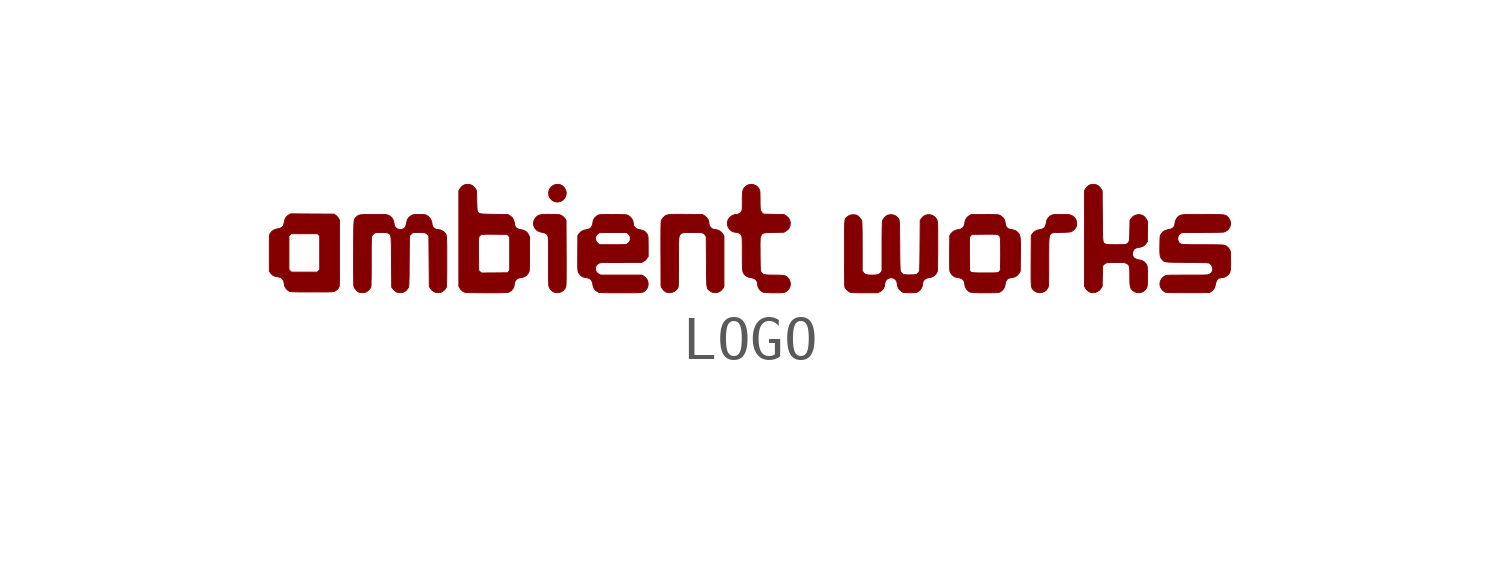
<source format=kicad_sym>
(kicad_symbol_lib
  (version 20220914)
  (generator bitmap2component)
  (symbol "LOGO"
    (pin_names
      (offset 1.016))
    (property "Reference" "#G"
      (at 0 0.61 0)
      (effects (font (size 1.27 1.27)) hide))
    (symbol "LOGO_0_0"
      (polyline (pts (xy -7.126 -1.245) (xy -7.091 -1.228) (xy -7.052 -1.199) (xy -7.019 -1.165) (xy -6.998 -1.131) (xy -6.997 -1.129) (xy -6.994 -1.118) (xy -6.992 -1.099) (xy -6.99 -1.071) (xy -6.989 -1.034) (xy -6.987 -0.985) (xy -6.986 -0.924) (xy -6.986 -0.849) (xy -6.985 -0.758) (xy -6.985 -0.651) (xy -6.985 -0.525) (xy -6.985 -0.482) (xy -6.985 -0.365) (xy -6.985 -0.266) (xy -6.985 -0.182) (xy -6.986 -0.112) (xy -6.987 -0.055) (xy -6.989 -0.009) (xy -6.992 0.027) (xy -6.996 0.055) (xy -7 0.077) (xy -7.006 0.094) (xy -7.014 0.107) (xy -7.023 0.119) (xy -7.034 0.131) (xy -7.046 0.144) (xy -7.062 0.158) (xy -7.104 0.182) (xy -7.153 0.198) (xy -7.202 0.204) (xy -7.219 0.206) (xy -7.258 0.221) (xy -7.293 0.25) (xy -7.316 0.286) (xy -7.325 0.326) (xy -7.325 0.333) (xy -7.336 0.393) (xy -7.362 0.45) (xy -7.401 0.497) (xy -7.449 0.531) (xy -7.451 0.532) (xy -7.47 0.54) (xy -7.492 0.545) (xy -7.522 0.548) (xy -7.564 0.549) (xy -7.622 0.55) (xy -7.676 0.549) (xy -7.715 0.548) (xy -7.744 0.546) (xy -7.765 0.542) (xy -7.783 0.535) (xy -7.801 0.525) (xy -7.825 0.51) (xy -7.867 0.472) (xy -7.895 0.425) (xy -7.91 0.364) (xy -7.912 0.353) (xy -7.927 0.293) (xy -7.948 0.25) (xy -7.977 0.223) (xy -8.017 0.209) (xy -8.068 0.207) (xy -8.084 0.208) (xy -8.113 0.213) (xy -8.135 0.224) (xy -8.158 0.245) (xy -8.171 0.258) (xy -8.185 0.279) (xy -8.194 0.305) (xy -8.2 0.343) (xy -8.213 0.401) (xy -8.24 0.46) (xy -8.28 0.504) (xy -8.333 0.534) (xy -8.398 0.55) (xy -8.419 0.551) (xy -8.458 0.552) (xy -8.511 0.553) (xy -8.574 0.553) (xy -8.644 0.553) (xy -8.716 0.553) (xy -8.718 0.553) (xy -8.802 0.551) (xy -8.869 0.55) (xy -8.921 0.547) (xy -8.962 0.543) (xy -8.992 0.538) (xy -9.016 0.53) (xy -9.036 0.52) (xy -9.053 0.507) (xy -9.07 0.49) (xy -9.073 0.487) (xy -9.084 0.477) (xy -9.093 0.467) (xy -9.101 0.457) (xy -9.107 0.446) (xy -9.113 0.431) (xy -9.118 0.411) (xy -9.121 0.386) (xy -9.124 0.353) (xy -9.127 0.311) (xy -9.128 0.26) (xy -9.13 0.197) (xy -9.13 0.122) (xy -9.131 0.033) (xy -9.132 -0.072) (xy -9.132 -0.194) (xy -9.132 -0.334) (xy -9.133 -0.346) (xy -9.133 -0.503) (xy -9.133 -0.641) (xy -9.133 -0.76) (xy -9.132 -0.862) (xy -9.131 -0.945) (xy -9.13 -1.011) (xy -9.129 -1.061) (xy -9.127 -1.094) (xy -9.124 -1.11) (xy -9.119 -1.125) (xy -9.097 -1.162) (xy -9.066 -1.198) (xy -9.03 -1.227) (xy -8.997 -1.244) (xy -8.962 -1.251) (xy -8.902 -1.252) (xy -8.848 -1.237) (xy -8.822 -1.222) (xy -8.786 -1.192) (xy -8.755 -1.156) (xy -8.735 -1.122) (xy -8.734 -1.117) (xy -8.732 -1.094) (xy -8.731 -1.053) (xy -8.73 -0.997) (xy -8.728 -0.927) (xy -8.727 -0.844) (xy -8.727 -0.751) (xy -8.726 -0.648) (xy -8.726 -0.537) (xy -8.726 -0.497) (xy -8.726 -0.384) (xy -8.726 -0.288) (xy -8.726 -0.208) (xy -8.725 -0.142) (xy -8.724 -0.089) (xy -8.723 -0.047) (xy -8.722 -0.015) (xy -8.72 0.009) (xy -8.718 0.028) (xy -8.715 0.041) (xy -8.712 0.05) (xy -8.708 0.059) (xy -8.707 0.061) (xy -8.685 0.09) (xy -8.658 0.114) (xy -8.647 0.121) (xy -8.632 0.128) (xy -8.614 0.132) (xy -8.587 0.135) (xy -8.549 0.136) (xy -8.495 0.136) (xy -8.472 0.136) (xy -8.423 0.136) (xy -8.389 0.134) (xy -8.365 0.13) (xy -8.347 0.125) (xy -8.332 0.117) (xy -8.324 0.112) (xy -8.311 0.104) (xy -8.3 0.097) (xy -8.292 0.087) (xy -8.284 0.075) (xy -8.278 0.059) (xy -8.273 0.036) (xy -8.27 0.006) (xy -8.267 -0.034) (xy -8.265 -0.083) (xy -8.263 -0.145) (xy -8.262 -0.22) (xy -8.261 -0.31) (xy -8.26 -0.417) (xy -8.259 -0.541) (xy -8.254 -1.127) (xy -8.224 -1.164) (xy -8.186 -1.205) (xy -8.136 -1.238) (xy -8.082 -1.252) (xy -8.021 -1.251) (xy -7.997 -1.245) (xy -7.95 -1.222) (xy -7.907 -1.186) (xy -7.876 -1.143) (xy -7.876 -1.143) (xy -7.871 -1.134) (xy -7.868 -1.125) (xy -7.865 -1.113) (xy -7.862 -1.097) (xy -7.86 -1.076) (xy -7.858 -1.048) (xy -7.857 -1.011) (xy -7.856 -0.964) (xy -7.854 -0.906) (xy -7.853 -0.834) (xy -7.853 -0.747) (xy -7.852 -0.644) (xy -7.851 -0.523) (xy -7.846 0.058) (xy -7.809 0.095) (xy -7.772 0.131) (xy -7.64 0.135) (xy -7.633 0.135) (xy -7.572 0.135) (xy -7.527 0.134) (xy -7.494 0.129) (xy -7.468 0.12) (xy -7.447 0.106) (xy -7.426 0.086) (xy -7.398 0.057) (xy -7.393 -0.524) (xy -7.388 -1.104) (xy -7.364 -1.147) (xy -7.338 -1.184) (xy -7.293 -1.222) (xy -7.239 -1.246) (xy -7.183 -1.254) (xy -7.126 -1.245)) (stroke (width 0.01) (type default)) (fill (type outline)))
      (polyline (pts (xy -5.846 -1.254) (xy -5.774 -1.254) (xy -5.716 -1.253) (xy -5.67 -1.252) (xy -5.634 -1.251) (xy -5.607 -1.249) (xy -5.587 -1.247) (xy -5.571 -1.244) (xy -5.56 -1.241) (xy -5.55 -1.236) (xy -5.504 -1.207) (xy -5.464 -1.163) (xy -5.438 -1.11) (xy -5.428 -1.053) (xy -5.423 -1.017) (xy -5.402 -0.973) (xy -5.368 -0.937) (xy -5.324 -0.913) (xy -5.273 -0.904) (xy -5.244 -0.901) (xy -5.193 -0.882) (xy -5.147 -0.851) (xy -5.111 -0.809) (xy -5.088 -0.761) (xy -5.087 -0.754) (xy -5.084 -0.726) (xy -5.082 -0.68) (xy -5.08 -0.617) (xy -5.079 -0.54) (xy -5.078 -0.449) (xy -5.078 -0.345) (xy -5.078 0.034) (xy -5.102 0.085) (xy -5.123 0.121) (xy -5.163 0.16) (xy -5.215 0.186) (xy -5.284 0.203) (xy -5.332 0.213) (xy -5.372 0.231) (xy -5.4 0.259) (xy -5.418 0.3) (xy -5.428 0.357) (xy -5.432 0.378) (xy -5.451 0.437) (xy -5.484 0.485) (xy -5.533 0.522) (xy -5.579 0.55) (xy -5.895 0.554) (xy -5.905 0.555) (xy -5.994 0.556) (xy -6.066 0.558) (xy -6.123 0.56) (xy -6.167 0.562) (xy -6.199 0.566) (xy -6.223 0.571) (xy -6.241 0.578) (xy -6.253 0.586) (xy -6.263 0.597) (xy -6.272 0.61) (xy -6.272 0.611) (xy -6.278 0.621) (xy -6.282 0.636) (xy -6.286 0.658) (xy -6.288 0.69) (xy -6.29 0.733) (xy -6.292 0.791) (xy -6.294 0.865) (xy -6.299 1.094) (xy -6.326 1.141) (xy -6.337 1.156) (xy -6.364 1.189) (xy -6.394 1.214) (xy -6.412 1.225) (xy -6.436 1.235) (xy -6.464 1.239) (xy -6.504 1.24) (xy -6.542 1.24) (xy -6.569 1.236) (xy -6.592 1.227) (xy -6.617 1.211) (xy -6.629 1.201) (xy -6.66 1.17) (xy -6.683 1.138) (xy -6.707 1.094) (xy -6.707 -0.005) (xy -6.707 -0.171) (xy -6.254 -0.171) (xy -6.254 -0.111) (xy -6.253 -0.064) (xy -6.252 -0.029) (xy -6.25 -0.002) (xy -6.247 0.017) (xy -6.244 0.03) (xy -6.24 0.04) (xy -6.236 0.047) (xy -6.226 0.062) (xy -6.214 0.073) (xy -6.196 0.082) (xy -6.172 0.088) (xy -6.139 0.092) (xy -6.095 0.095) (xy -6.037 0.096) (xy -5.964 0.096) (xy -5.874 0.095) (xy -5.592 0.092) (xy -5.564 0.061) (xy -5.535 0.029) (xy -5.535 -0.355) (xy -5.535 -0.738) (xy -5.559 -0.766) (xy -5.582 -0.793) (xy -5.884 -0.796) (xy -6.186 -0.798) (xy -6.218 -0.77) (xy -6.25 -0.741) (xy -6.253 -0.366) (xy -6.253 -0.339) (xy -6.254 -0.246) (xy -6.254 -0.171) (xy -6.707 -0.171) (xy -6.707 -1.104) (xy -6.681 -1.149) (xy -6.664 -1.175) (xy -6.624 -1.214) (xy -6.571 -1.242) (xy -6.561 -1.244) (xy -6.537 -1.247) (xy -6.498 -1.249) (xy -6.445 -1.251) (xy -6.376 -1.252) (xy -6.29 -1.253) (xy -6.187 -1.254) (xy -6.065 -1.254) (xy -6.039 -1.254) (xy -5.934 -1.254) (xy -5.846 -1.254)) (stroke (width 0.01) (type default)) (fill (type outline)))
      (polyline (pts (xy -4.353 -1.235) (xy -4.304 -1.206) (xy -4.266 -1.164) (xy -4.241 -1.112) (xy -4.241 -1.108) (xy -4.239 -1.088) (xy -4.237 -1.052) (xy -4.235 -1) (xy -4.234 -0.933) (xy -4.234 -0.848) (xy -4.233 -0.746) (xy -4.233 -0.626) (xy -4.233 -0.487) (xy -4.234 -0.33) (xy -4.237 0.415) (xy -4.263 0.455) (xy -4.274 0.469) (xy -4.303 0.498) (xy -4.336 0.522) (xy -4.346 0.528) (xy -4.361 0.536) (xy -4.377 0.542) (xy -4.396 0.546) (xy -4.422 0.549) (xy -4.458 0.55) (xy -4.508 0.552) (xy -4.573 0.553) (xy -4.65 0.554) (xy -4.719 0.553) (xy -4.773 0.551) (xy -4.816 0.545) (xy -4.849 0.537) (xy -4.877 0.525) (xy -4.901 0.509) (xy -4.924 0.488) (xy -4.947 0.461) (xy -4.977 0.407) (xy -4.988 0.351) (xy -4.981 0.293) (xy -4.955 0.237) (xy -4.937 0.213) (xy -4.899 0.178) (xy -4.851 0.155) (xy -4.788 0.139) (xy -4.761 0.134) (xy -4.718 0.121) (xy -4.691 0.104) (xy -4.682 0.096) (xy -4.673 0.087) (xy -4.665 0.077) (xy -4.659 0.065) (xy -4.654 0.048) (xy -4.649 0.026) (xy -4.646 -0.003) (xy -4.644 -0.04) (xy -4.642 -0.087) (xy -4.641 -0.147) (xy -4.641 -0.219) (xy -4.64 -0.306) (xy -4.64 -0.41) (xy -4.64 -0.531) (xy -4.64 -0.612) (xy -4.64 -0.719) (xy -4.64 -0.809) (xy -4.64 -0.884) (xy -4.639 -0.945) (xy -4.638 -0.994) (xy -4.637 -1.033) (xy -4.636 -1.062) (xy -4.634 -1.085) (xy -4.631 -1.102) (xy -4.628 -1.114) (xy -4.625 -1.124) (xy -4.621 -1.133) (xy -4.599 -1.169) (xy -4.558 -1.213) (xy -4.508 -1.241) (xy -4.468 -1.251) (xy -4.409 -1.251) (xy -4.353 -1.235)) (stroke (width 0.01) (type default)) (fill (type outline)))
      (polyline (pts (xy -2.777 -1.254) (xy -2.696 -1.254) (xy -2.63 -1.253) (xy -2.576 -1.251) (xy -2.534 -1.248) (xy -2.5 -1.245) (xy -2.474 -1.24) (xy -2.454 -1.233) (xy -2.438 -1.224) (xy -2.424 -1.214) (xy -2.41 -1.202) (xy -2.396 -1.187) (xy -2.389 -1.179) (xy -2.361 -1.137) (xy -2.347 -1.089) (xy -2.346 -1.03) (xy -2.349 -1.012) (xy -2.367 -0.954) (xy -2.401 -0.905) (xy -2.45 -0.869) (xy -2.493 -0.846) (xy -2.967 -0.846) (xy -3.441 -0.846) (xy -3.482 -0.824) (xy -3.51 -0.805) (xy -3.541 -0.769) (xy -3.557 -0.726) (xy -3.558 -0.681) (xy -3.546 -0.638) (xy -3.52 -0.601) (xy -3.48 -0.574) (xy -3.477 -0.572) (xy -3.466 -0.568) (xy -3.454 -0.565) (xy -3.438 -0.562) (xy -3.416 -0.56) (xy -3.388 -0.558) (xy -3.35 -0.557) (xy -3.301 -0.556) (xy -3.241 -0.555) (xy -3.166 -0.555) (xy -3.075 -0.555) (xy -2.966 -0.555) (xy -2.493 -0.554) (xy -2.45 -0.532) (xy -2.45 -0.532) (xy -2.41 -0.503) (xy -2.376 -0.463) (xy -2.344 -0.416) (xy -2.344 -0.183) (xy -2.345 -0.138) (xy -2.345 -0.074) (xy -2.346 -0.025) (xy -2.347 0.012) (xy -2.349 0.038) (xy -2.353 0.058) (xy -2.357 0.073) (xy -2.363 0.086) (xy -2.364 0.088) (xy -2.389 0.126) (xy -2.419 0.156) (xy -2.459 0.178) (xy -2.511 0.195) (xy -2.579 0.209) (xy -2.591 0.212) (xy -2.625 0.23) (xy -2.655 0.258) (xy -2.677 0.29) (xy -2.685 0.322) (xy -2.685 0.33) (xy -2.689 0.362) (xy -2.696 0.397) (xy -2.703 0.416) (xy -2.727 0.458) (xy -2.761 0.496) (xy -2.799 0.525) (xy -2.837 0.542) (xy -2.841 0.542) (xy -2.866 0.544) (xy -2.907 0.546) (xy -2.96 0.547) (xy -3.024 0.549) (xy -3.095 0.549) (xy -3.171 0.55) (xy -3.186 0.55) (xy -3.267 0.549) (xy -3.332 0.549) (xy -3.381 0.548) (xy -3.419 0.547) (xy -3.447 0.545) (xy -3.468 0.543) (xy -3.483 0.539) (xy -3.495 0.535) (xy -3.507 0.529) (xy -3.54 0.507) (xy -3.582 0.464) (xy -3.609 0.413) (xy -3.619 0.358) (xy -3.623 0.33) (xy -3.636 0.289) (xy -3.658 0.253) (xy -3.682 0.228) (xy -3.698 0.22) (xy -3.731 0.21) (xy -3.767 0.202) (xy -3.767 0.202) (xy -3.836 0.185) (xy -3.892 0.154) (xy -3.934 0.109) (xy -3.964 0.066) (xy -3.965 0.007) (xy -3.558 0.007) (xy -3.548 0.052) (xy -3.522 0.091) (xy -3.482 0.122) (xy -3.475 0.125) (xy -3.46 0.128) (xy -3.438 0.131) (xy -3.406 0.133) (xy -3.364 0.135) (xy -3.308 0.136) (xy -3.236 0.136) (xy -3.147 0.136) (xy -2.84 0.136) (xy -2.8 0.099) (xy -2.787 0.087) (xy -2.769 0.065) (xy -2.76 0.042) (xy -2.756 0.009) (xy -2.755 0) (xy -2.761 -0.052) (xy -2.784 -0.093) (xy -2.824 -0.127) (xy -2.824 -0.127) (xy -2.834 -0.132) (xy -2.845 -0.137) (xy -2.861 -0.14) (xy -2.882 -0.142) (xy -2.912 -0.144) (xy -2.952 -0.145) (xy -3.005 -0.146) (xy -3.073 -0.146) (xy -3.158 -0.146) (xy -3.46 -0.146) (xy -3.5 -0.117) (xy -3.535 -0.082) (xy -3.554 -0.039) (xy -3.558 0.007) (xy -3.965 0.007) (xy -3.967 -0.329) (xy -3.967 -0.367) (xy -3.968 -0.479) (xy -3.968 -0.572) (xy -3.967 -0.647) (xy -3.965 -0.703) (xy -3.962 -0.741) (xy -3.959 -0.761) (xy -3.954 -0.775) (xy -3.93 -0.817) (xy -3.896 -0.855) (xy -3.859 -0.882) (xy -3.842 -0.889) (xy -3.809 -0.898) (xy -3.771 -0.905) (xy -3.746 -0.91) (xy -3.694 -0.929) (xy -3.657 -0.959) (xy -3.632 -1.004) (xy -3.619 -1.063) (xy -3.611 -1.102) (xy -3.587 -1.161) (xy -3.547 -1.206) (xy -3.492 -1.24) (xy -3.492 -1.24) (xy -3.482 -1.243) (xy -3.466 -1.246) (xy -3.445 -1.248) (xy -3.416 -1.25) (xy -3.377 -1.252) (xy -3.327 -1.253) (xy -3.264 -1.254) (xy -3.187 -1.254) (xy -3.093 -1.254) (xy -2.982 -1.254) (xy -2.873 -1.254) (xy -2.777 -1.254)) (stroke (width 0.01) (type default)) (fill (type outline)))
      (polyline (pts (xy -1.775 -1.238) (xy -1.724 -1.211) (xy -1.682 -1.173) (xy -1.654 -1.125) (xy -1.653 -1.12) (xy -1.651 -1.095) (xy -1.649 -1.05) (xy -1.647 -0.986) (xy -1.646 -0.903) (xy -1.645 -0.801) (xy -1.644 -0.681) (xy -1.644 -0.542) (xy -1.644 -0.495) (xy -1.644 -0.384) (xy -1.643 -0.289) (xy -1.643 -0.211) (xy -1.643 -0.146) (xy -1.642 -0.094) (xy -1.641 -0.053) (xy -1.639 -0.021) (xy -1.637 0.003) (xy -1.635 0.022) (xy -1.632 0.035) (xy -1.629 0.046) (xy -1.625 0.056) (xy -1.619 0.068) (xy -1.607 0.089) (xy -1.593 0.105) (xy -1.574 0.118) (xy -1.549 0.126) (xy -1.513 0.131) (xy -1.466 0.135) (xy -1.404 0.136) (xy -1.325 0.136) (xy -1.297 0.136) (xy -1.226 0.136) (xy -1.171 0.134) (xy -1.129 0.131) (xy -1.098 0.127) (xy -1.075 0.119) (xy -1.058 0.108) (xy -1.044 0.094) (xy -1.03 0.075) (xy -1.007 0.044) (xy -1.002 -0.535) (xy -1.002 -0.596) (xy -1 -0.711) (xy -1 -0.809) (xy -0.999 -0.891) (xy -0.997 -0.96) (xy -0.995 -1.015) (xy -0.993 -1.06) (xy -0.99 -1.095) (xy -0.985 -1.122) (xy -0.98 -1.143) (xy -0.973 -1.159) (xy -0.965 -1.171) (xy -0.955 -1.182) (xy -0.943 -1.193) (xy -0.93 -1.204) (xy -0.882 -1.235) (xy -0.827 -1.251) (xy -0.771 -1.251) (xy -0.716 -1.234) (xy -0.666 -1.202) (xy -0.625 -1.156) (xy -0.598 -1.115) (xy -0.598 -0.531) (xy -0.598 0.053) (xy -0.622 0.095) (xy -0.648 0.13) (xy -0.695 0.17) (xy -0.752 0.195) (xy -0.812 0.204) (xy -0.839 0.208) (xy -0.878 0.227) (xy -0.912 0.259) (xy -0.935 0.298) (xy -0.944 0.341) (xy -0.946 0.374) (xy -0.964 0.433) (xy -1 0.483) (xy -1.051 0.524) (xy -1.094 0.55) (xy -1.462 0.553) (xy -1.502 0.553) (xy -1.601 0.554) (xy -1.684 0.554) (xy -1.752 0.553) (xy -1.807 0.551) (xy -1.851 0.548) (xy -1.886 0.543) (xy -1.913 0.536) (xy -1.935 0.528) (xy -1.953 0.517) (xy -1.969 0.504) (xy -1.986 0.488) (xy -1.986 0.488) (xy -2.022 0.444) (xy -2.042 0.402) (xy -2.043 0.394) (xy -2.046 0.37) (xy -2.047 0.333) (xy -2.049 0.282) (xy -2.05 0.215) (xy -2.05 0.132) (xy -2.051 0.033) (xy -2.051 -0.084) (xy -2.051 -0.218) (xy -2.05 -0.372) (xy -2.048 -1.104) (xy -2.026 -1.145) (xy -2.024 -1.148) (xy -1.993 -1.19) (xy -1.953 -1.224) (xy -1.91 -1.245) (xy -1.889 -1.25) (xy -1.831 -1.252) (xy -1.775 -1.238)) (stroke (width 0.01) (type default)) (fill (type outline)))
      (polyline (pts (xy 0.629 -1.254) (xy 0.685 -1.254) (xy 0.727 -1.252) (xy 0.757 -1.25) (xy 0.78 -1.247) (xy 0.797 -1.242) (xy 0.812 -1.236) (xy 0.846 -1.217) (xy 0.889 -1.176) (xy 0.918 -1.127) (xy 0.932 -1.072) (xy 0.93 -1.016) (xy 0.912 -0.961) (xy 0.877 -0.911) (xy 0.861 -0.894) (xy 0.841 -0.878) (xy 0.818 -0.866) (xy 0.79 -0.858) (xy 0.753 -0.852) (xy 0.706 -0.849) (xy 0.645 -0.847) (xy 0.567 -0.847) (xy 0.489 -0.846) (xy 0.426 -0.845) (xy 0.376 -0.841) (xy 0.339 -0.836) (xy 0.311 -0.827) (xy 0.291 -0.815) (xy 0.275 -0.8) (xy 0.26 -0.78) (xy 0.257 -0.774) (xy 0.252 -0.764) (xy 0.248 -0.753) (xy 0.245 -0.738) (xy 0.242 -0.718) (xy 0.24 -0.69) (xy 0.239 -0.652) (xy 0.238 -0.603) (xy 0.237 -0.541) (xy 0.236 -0.463) (xy 0.235 -0.367) (xy 0.235 -0.353) (xy 0.235 -0.26) (xy 0.234 -0.183) (xy 0.234 -0.122) (xy 0.235 -0.074) (xy 0.236 -0.037) (xy 0.237 -0.009) (xy 0.24 0.012) (xy 0.243 0.028) (xy 0.247 0.041) (xy 0.252 0.053) (xy 0.261 0.072) (xy 0.272 0.091) (xy 0.285 0.105) (xy 0.303 0.116) (xy 0.329 0.123) (xy 0.365 0.129) (xy 0.412 0.132) (xy 0.475 0.134) (xy 0.554 0.136) (xy 0.783 0.141) (xy 0.83 0.168) (xy 0.841 0.176) (xy 0.888 0.216) (xy 0.917 0.267) (xy 0.931 0.328) (xy 0.93 0.371) (xy 0.914 0.429) (xy 0.881 0.48) (xy 0.832 0.52) (xy 0.785 0.55) (xy 0.549 0.554) (xy 0.312 0.559) (xy 0.283 0.588) (xy 0.278 0.592) (xy 0.257 0.621) (xy 0.243 0.651) (xy 0.242 0.654) (xy 0.24 0.678) (xy 0.237 0.718) (xy 0.235 0.768) (xy 0.234 0.827) (xy 0.234 0.891) (xy 0.234 0.925) (xy 0.233 0.986) (xy 0.233 1.032) (xy 0.231 1.065) (xy 0.228 1.089) (xy 0.224 1.108) (xy 0.219 1.123) (xy 0.212 1.138) (xy 0.183 1.179) (xy 0.138 1.215) (xy 0.087 1.237) (xy 0.032 1.245) (xy -0.024 1.237) (xy -0.076 1.214) (xy -0.12 1.176) (xy -0.13 1.164) (xy -0.145 1.141) (xy -0.156 1.116) (xy -0.164 1.085) (xy -0.17 1.046) (xy -0.173 0.996) (xy -0.175 0.931) (xy -0.175 0.85) (xy -0.175 0.831) (xy -0.175 0.767) (xy -0.176 0.719) (xy -0.177 0.685) (xy -0.18 0.66) (xy -0.183 0.642) (xy -0.189 0.628) (xy -0.196 0.616) (xy -0.222 0.586) (xy -0.256 0.563) (xy -0.291 0.554) (xy -0.353 0.547) (xy -0.41 0.524) (xy -0.458 0.488) (xy -0.494 0.443) (xy -0.515 0.389) (xy -0.518 0.369) (xy -0.517 0.307) (xy -0.497 0.251) (xy -0.46 0.203) (xy -0.43 0.176) (xy -0.4 0.157) (xy -0.367 0.146) (xy -0.322 0.14) (xy -0.301 0.137) (xy -0.251 0.123) (xy -0.215 0.1) (xy -0.191 0.065) (xy -0.19 0.062) (xy -0.186 0.05) (xy -0.183 0.035) (xy -0.18 0.014) (xy -0.178 -0.015) (xy -0.177 -0.054) (xy -0.176 -0.105) (xy -0.175 -0.169) (xy -0.175 -0.248) (xy -0.175 -0.346) (xy -0.175 -0.44) (xy -0.175 -0.526) (xy -0.174 -0.597) (xy -0.172 -0.653) (xy -0.17 -0.699) (xy -0.166 -0.734) (xy -0.161 -0.761) (xy -0.155 -0.783) (xy -0.147 -0.8) (xy -0.137 -0.816) (xy -0.124 -0.831) (xy -0.111 -0.847) (xy -0.075 -0.875) (xy -0.031 -0.894) (xy 0.026 -0.905) (xy 0.046 -0.908) (xy 0.101 -0.927) (xy 0.141 -0.957) (xy 0.167 -0.998) (xy 0.175 -1.048) (xy 0.177 -1.072) (xy 0.193 -1.126) (xy 0.222 -1.175) (xy 0.261 -1.215) (xy 0.306 -1.24) (xy 0.312 -1.242) (xy 0.336 -1.247) (xy 0.37 -1.25) (xy 0.417 -1.252) (xy 0.48 -1.254) (xy 0.559 -1.254) (xy 0.629 -1.254)) (stroke (width 0.01) (type default)) (fill (type outline)))
      (polyline (pts (xy 2.995 -1.229) (xy 3.026 -1.211) (xy 3.067 -1.171) (xy 3.095 -1.119) (xy 3.109 -1.054) (xy 3.109 -1.048) (xy 3.116 -1.009) (xy 3.127 -0.982) (xy 3.144 -0.957) (xy 3.175 -0.93) (xy 3.22 -0.911) (xy 3.266 -0.908) (xy 3.311 -0.918) (xy 3.35 -0.943) (xy 3.379 -0.981) (xy 3.385 -0.996) (xy 3.393 -1.028) (xy 3.398 -1.064) (xy 3.398 -1.066) (xy 3.414 -1.129) (xy 3.446 -1.181) (xy 3.494 -1.223) (xy 3.511 -1.234) (xy 3.528 -1.242) (xy 3.547 -1.247) (xy 3.574 -1.25) (xy 3.613 -1.252) (xy 3.666 -1.254) (xy 3.705 -1.254) (xy 3.762 -1.253) (xy 3.807 -1.251) (xy 3.835 -1.246) (xy 3.859 -1.236) (xy 3.906 -1.205) (xy 3.944 -1.161) (xy 3.969 -1.11) (xy 3.979 -1.055) (xy 3.979 -1.052) (xy 3.984 -1.016) (xy 3.997 -0.982) (xy 4.014 -0.959) (xy 4.049 -0.932) (xy 4.091 -0.912) (xy 4.134 -0.904) (xy 4.164 -0.901) (xy 4.214 -0.882) (xy 4.26 -0.851) (xy 4.296 -0.809) (xy 4.319 -0.761) (xy 4.32 -0.753) (xy 4.322 -0.723) (xy 4.324 -0.674) (xy 4.326 -0.607) (xy 4.327 -0.523) (xy 4.328 -0.422) (xy 4.329 -0.304) (xy 4.329 -0.17) (xy 4.329 -0.123) (xy 4.329 -0.011) (xy 4.329 0.082) (xy 4.328 0.161) (xy 4.328 0.225) (xy 4.327 0.277) (xy 4.326 0.318) (xy 4.324 0.349) (xy 4.322 0.373) (xy 4.32 0.392) (xy 4.317 0.405) (xy 4.314 0.416) (xy 4.31 0.426) (xy 4.291 0.459) (xy 4.251 0.502) (xy 4.203 0.531) (xy 4.149 0.545) (xy 4.094 0.545) (xy 4.041 0.53) (xy 3.992 0.5) (xy 3.952 0.455) (xy 3.925 0.415) (xy 3.92 -0.166) (xy 3.92 -0.176) (xy 3.919 -0.295) (xy 3.918 -0.397) (xy 3.917 -0.482) (xy 3.917 -0.553) (xy 3.915 -0.61) (xy 3.914 -0.656) (xy 3.913 -0.692) (xy 3.911 -0.718) (xy 3.909 -0.738) (xy 3.906 -0.752) (xy 3.903 -0.761) (xy 3.9 -0.768) (xy 3.896 -0.775) (xy 3.887 -0.785) (xy 3.868 -0.807) (xy 3.848 -0.823) (xy 3.824 -0.833) (xy 3.791 -0.839) (xy 3.747 -0.841) (xy 3.687 -0.842) (xy 3.662 -0.842) (xy 3.608 -0.84) (xy 3.569 -0.837) (xy 3.54 -0.83) (xy 3.518 -0.818) (xy 3.498 -0.8) (xy 3.478 -0.775) (xy 3.478 -0.774) (xy 3.474 -0.768) (xy 3.47 -0.761) (xy 3.467 -0.751) (xy 3.465 -0.737) (xy 3.463 -0.717) (xy 3.461 -0.689) (xy 3.46 -0.653) (xy 3.458 -0.607) (xy 3.457 -0.549) (xy 3.456 -0.477) (xy 3.455 -0.391) (xy 3.454 -0.288) (xy 3.454 -0.167) (xy 3.453 -0.073) (xy 3.452 0.036) (xy 3.451 0.127) (xy 3.45 0.204) (xy 3.448 0.266) (xy 3.447 0.316) (xy 3.445 0.356) (xy 3.443 0.386) (xy 3.441 0.408) (xy 3.439 0.424) (xy 3.436 0.435) (xy 3.433 0.443) (xy 3.403 0.483) (xy 3.356 0.519) (xy 3.301 0.541) (xy 3.241 0.547) (xy 3.179 0.536) (xy 3.171 0.533) (xy 3.136 0.51) (xy 3.101 0.477) (xy 3.073 0.439) (xy 3.055 0.402) (xy 3.054 0.396) (xy 3.052 0.368) (xy 3.05 0.321) (xy 3.048 0.255) (xy 3.047 0.171) (xy 3.046 0.068) (xy 3.045 -0.052) (xy 3.045 -0.191) (xy 3.045 -0.746) (xy 3.023 -0.778) (xy 3.013 -0.792) (xy 2.99 -0.815) (xy 2.963 -0.83) (xy 2.928 -0.84) (xy 2.88 -0.845) (xy 2.816 -0.846) (xy 2.784 -0.846) (xy 2.728 -0.843) (xy 2.687 -0.836) (xy 2.655 -0.824) (xy 2.631 -0.805) (xy 2.61 -0.778) (xy 2.588 -0.746) (xy 2.588 -0.191) (xy 2.588 -0.129) (xy 2.587 0.002) (xy 2.587 0.115) (xy 2.585 0.21) (xy 2.584 0.286) (xy 2.582 0.344) (xy 2.58 0.383) (xy 2.577 0.402) (xy 2.574 0.413) (xy 2.553 0.45) (xy 2.522 0.487) (xy 2.488 0.517) (xy 2.455 0.535) (xy 2.449 0.537) (xy 2.389 0.546) (xy 2.33 0.54) (xy 2.275 0.519) (xy 2.231 0.485) (xy 2.222 0.475) (xy 2.213 0.466) (xy 2.206 0.456) (xy 2.2 0.443) (xy 2.195 0.427) (xy 2.191 0.407) (xy 2.188 0.38) (xy 2.185 0.346) (xy 2.183 0.303) (xy 2.182 0.251) (xy 2.18 0.186) (xy 2.18 0.109) (xy 2.179 0.018) (xy 2.179 -0.089) (xy 2.179 -0.212) (xy 2.179 -0.354) (xy 2.179 -0.443) (xy 2.179 -0.568) (xy 2.18 -0.684) (xy 2.181 -0.789) (xy 2.182 -0.882) (xy 2.183 -0.962) (xy 2.184 -1.027) (xy 2.185 -1.076) (xy 2.187 -1.108) (xy 2.188 -1.122) (xy 2.201 -1.146) (xy 2.23 -1.182) (xy 2.265 -1.214) (xy 2.301 -1.237) (xy 2.307 -1.24) (xy 2.321 -1.244) (xy 2.338 -1.248) (xy 2.361 -1.25) (xy 2.392 -1.252) (xy 2.433 -1.253) (xy 2.487 -1.254) (xy 2.556 -1.255) (xy 2.642 -1.255) (xy 2.944 -1.255) (xy 2.995 -1.229)) (stroke (width 0.01) (type default)) (fill (type outline)))
      (polyline (pts (xy 5.497 -1.255) (xy 5.566 -1.254) (xy 5.628 -1.252) (xy 5.68 -1.25) (xy 5.72 -1.247) (xy 5.743 -1.243) (xy 5.775 -1.23) (xy 5.819 -1.196) (xy 5.854 -1.149) (xy 5.877 -1.094) (xy 5.886 -1.034) (xy 5.891 -1.007) (xy 5.908 -0.974) (xy 5.931 -0.943) (xy 5.955 -0.923) (xy 5.972 -0.917) (xy 6.003 -0.91) (xy 6.039 -0.904) (xy 6.056 -0.902) (xy 6.119 -0.882) (xy 6.168 -0.847) (xy 6.207 -0.797) (xy 6.231 -0.754) (xy 6.234 -0.384) (xy 6.235 -0.284) (xy 6.235 -0.195) (xy 6.235 -0.121) (xy 6.233 -0.062) (xy 6.231 -0.014) (xy 6.227 0.023) (xy 6.221 0.053) (xy 6.214 0.076) (xy 6.205 0.095) (xy 6.193 0.112) (xy 6.18 0.128) (xy 6.173 0.135) (xy 6.144 0.163) (xy 6.114 0.181) (xy 6.077 0.193) (xy 6.027 0.203) (xy 6.005 0.207) (xy 5.972 0.215) (xy 5.949 0.227) (xy 5.927 0.246) (xy 5.917 0.257) (xy 5.902 0.278) (xy 5.892 0.305) (xy 5.885 0.344) (xy 5.879 0.378) (xy 5.87 0.413) (xy 5.862 0.437) (xy 5.862 0.437) (xy 5.838 0.47) (xy 5.804 0.502) (xy 5.767 0.528) (xy 5.733 0.542) (xy 5.729 0.542) (xy 5.704 0.544) (xy 5.663 0.546) (xy 5.61 0.547) (xy 5.546 0.549) (xy 5.475 0.549) (xy 5.399 0.55) (xy 5.102 0.55) (xy 5.056 0.522) (xy 5.038 0.511) (xy 4.995 0.47) (xy 4.967 0.42) (xy 4.952 0.356) (xy 4.946 0.32) (xy 4.927 0.27) (xy 4.898 0.235) (xy 4.855 0.213) (xy 4.797 0.201) (xy 4.785 0.199) (xy 4.725 0.181) (xy 4.673 0.148) (xy 4.633 0.105) (xy 4.606 0.065) (xy 4.606 0.029) (xy 5.059 0.029) (xy 5.087 0.061) (xy 5.115 0.092) (xy 5.397 0.095) (xy 5.442 0.096) (xy 5.518 0.096) (xy 5.577 0.096) (xy 5.623 0.095) (xy 5.658 0.094) (xy 5.683 0.091) (xy 5.701 0.088) (xy 5.715 0.084) (xy 5.729 0.077) (xy 5.742 0.069) (xy 5.753 0.058) (xy 5.761 0.042) (xy 5.767 0.02) (xy 5.772 -0.01) (xy 5.775 -0.051) (xy 5.777 -0.104) (xy 5.778 -0.171) (xy 5.778 -0.253) (xy 5.779 -0.353) (xy 5.778 -0.447) (xy 5.777 -0.543) (xy 5.776 -0.62) (xy 5.774 -0.678) (xy 5.771 -0.718) (xy 5.768 -0.738) (xy 5.753 -0.763) (xy 5.729 -0.783) (xy 5.726 -0.785) (xy 5.713 -0.789) (xy 5.693 -0.792) (xy 5.664 -0.794) (xy 5.624 -0.796) (xy 5.571 -0.797) (xy 5.502 -0.797) (xy 5.417 -0.797) (xy 5.389 -0.797) (xy 5.306 -0.797) (xy 5.24 -0.796) (xy 5.189 -0.794) (xy 5.15 -0.791) (xy 5.121 -0.787) (xy 5.101 -0.781) (xy 5.087 -0.773) (xy 5.077 -0.762) (xy 5.069 -0.75) (xy 5.067 -0.745) (xy 5.065 -0.722) (xy 5.063 -0.681) (xy 5.061 -0.622) (xy 5.06 -0.547) (xy 5.059 -0.456) (xy 5.059 -0.351) (xy 5.059 0.029) (xy 4.606 0.029) (xy 4.603 -0.33) (xy 4.603 -0.374) (xy 4.603 -0.485) (xy 4.603 -0.576) (xy 4.604 -0.649) (xy 4.606 -0.704) (xy 4.608 -0.741) (xy 4.611 -0.761) (xy 4.616 -0.775) (xy 4.64 -0.817) (xy 4.674 -0.855) (xy 4.712 -0.882) (xy 4.73 -0.889) (xy 4.764 -0.898) (xy 4.802 -0.905) (xy 4.826 -0.909) (xy 4.88 -0.928) (xy 4.919 -0.96) (xy 4.943 -1.003) (xy 4.952 -1.057) (xy 4.952 -1.069) (xy 4.966 -1.123) (xy 4.995 -1.173) (xy 5.035 -1.214) (xy 5.084 -1.241) (xy 5.09 -1.242) (xy 5.119 -1.246) (xy 5.162 -1.249) (xy 5.218 -1.252) (xy 5.282 -1.254) (xy 5.352 -1.255) (xy 5.425 -1.255) (xy 5.497 -1.255)) (stroke (width 0.01) (type default)) (fill (type outline)))
      (polyline (pts (xy 6.735 -1.247) (xy 6.789 -1.224) (xy 6.835 -1.186) (xy 6.869 -1.133) (xy 6.87 -1.131) (xy 6.874 -1.122) (xy 6.877 -1.111) (xy 6.879 -1.095) (xy 6.881 -1.075) (xy 6.883 -1.048) (xy 6.885 -1.013) (xy 6.886 -0.968) (xy 6.886 -0.911) (xy 6.887 -0.841) (xy 6.887 -0.757) (xy 6.887 -0.656) (xy 6.887 -0.537) (xy 6.887 -0.446) (xy 6.887 -0.337) (xy 6.888 -0.245) (xy 6.888 -0.168) (xy 6.889 -0.104) (xy 6.891 -0.053) (xy 6.894 -0.012) (xy 6.897 0.019) (xy 6.901 0.043) (xy 6.906 0.062) (xy 6.912 0.076) (xy 6.92 0.087) (xy 6.93 0.097) (xy 6.941 0.107) (xy 6.948 0.114) (xy 6.958 0.12) (xy 6.97 0.125) (xy 6.989 0.129) (xy 7.015 0.131) (xy 7.053 0.133) (xy 7.104 0.135) (xy 7.173 0.137) (xy 7.242 0.139) (xy 7.302 0.142) (xy 7.351 0.145) (xy 7.386 0.149) (xy 7.405 0.153) (xy 7.407 0.154) (xy 7.441 0.175) (xy 7.475 0.205) (xy 7.504 0.239) (xy 7.52 0.269) (xy 7.532 0.331) (xy 7.527 0.391) (xy 7.505 0.446) (xy 7.469 0.491) (xy 7.42 0.525) (xy 7.359 0.546) (xy 7.353 0.547) (xy 7.316 0.55) (xy 7.266 0.553) (xy 7.205 0.553) (xy 7.14 0.553) (xy 7.094 0.552) (xy 7.046 0.55) (xy 7.012 0.548) (xy 6.987 0.544) (xy 6.968 0.539) (xy 6.951 0.532) (xy 6.933 0.522) (xy 6.914 0.51) (xy 6.872 0.47) (xy 6.844 0.419) (xy 6.829 0.355) (xy 6.822 0.315) (xy 6.805 0.269) (xy 6.777 0.236) (xy 6.737 0.215) (xy 6.681 0.202) (xy 6.681 0.202) (xy 6.612 0.185) (xy 6.556 0.154) (xy 6.513 0.109) (xy 6.484 0.066) (xy 6.481 -0.509) (xy 6.481 -0.534) (xy 6.48 -0.656) (xy 6.48 -0.76) (xy 6.48 -0.849) (xy 6.48 -0.922) (xy 6.481 -0.983) (xy 6.483 -1.032) (xy 6.486 -1.071) (xy 6.49 -1.102) (xy 6.495 -1.126) (xy 6.501 -1.145) (xy 6.508 -1.159) (xy 6.518 -1.172) (xy 6.528 -1.183) (xy 6.541 -1.196) (xy 6.548 -1.202) (xy 6.58 -1.225) (xy 6.612 -1.241) (xy 6.614 -1.242) (xy 6.676 -1.253) (xy 6.735 -1.247)) (stroke (width 0.01) (type default)) (fill (type outline)))
      (polyline (pts (xy 9.024 -1.243) (xy 9.075 -1.218) (xy 9.117 -1.179) (xy 9.149 -1.126) (xy 9.151 -1.121) (xy 9.156 -1.091) (xy 9.16 -1.047) (xy 9.163 -0.993) (xy 9.165 -0.931) (xy 9.165 -0.866) (xy 9.165 -0.801) (xy 9.162 -0.741) (xy 9.159 -0.689) (xy 9.155 -0.649) (xy 9.149 -0.625) (xy 9.125 -0.581) (xy 9.085 -0.54) (xy 9.031 -0.511) (xy 8.963 -0.496) (xy 8.921 -0.487) (xy 8.871 -0.464) (xy 8.836 -0.431) (xy 8.818 -0.389) (xy 8.816 -0.34) (xy 8.833 -0.285) (xy 8.837 -0.277) (xy 8.855 -0.249) (xy 8.882 -0.23) (xy 8.919 -0.216) (xy 8.972 -0.206) (xy 9.001 -0.201) (xy 9.055 -0.183) (xy 9.096 -0.155) (xy 9.131 -0.115) (xy 9.159 -0.075) (xy 9.162 0.155) (xy 9.165 0.385) (xy 9.137 0.438) (xy 9.132 0.447) (xy 9.103 0.488) (xy 9.064 0.519) (xy 9.048 0.528) (xy 8.992 0.546) (xy 8.934 0.546) (xy 8.877 0.531) (xy 8.827 0.5) (xy 8.787 0.455) (xy 8.76 0.415) (xy 8.755 0.18) (xy 8.754 0.117) (xy 8.752 0.051) (xy 8.749 0.000400) (xy 8.745 -0.038) (xy 8.739 -0.066) (xy 8.73 -0.086) (xy 8.719 -0.102) (xy 8.704 -0.114) (xy 8.684 -0.127) (xy 8.681 -0.129) (xy 8.669 -0.135) (xy 8.654 -0.139) (xy 8.634 -0.142) (xy 8.605 -0.144) (xy 8.565 -0.145) (xy 8.511 -0.146) (xy 8.441 -0.146) (xy 8.403 -0.146) (xy 8.338 -0.145) (xy 8.29 -0.144) (xy 8.254 -0.142) (xy 8.227 -0.14) (xy 8.209 -0.135) (xy 8.194 -0.13) (xy 8.188 -0.127) (xy 8.176 -0.121) (xy 8.165 -0.115) (xy 8.156 -0.107) (xy 8.149 -0.096) (xy 8.143 -0.081) (xy 8.138 -0.059) (xy 8.134 -0.029) (xy 8.131 0.009) (xy 8.129 0.059) (xy 8.127 0.12) (xy 8.126 0.195) (xy 8.125 0.284) (xy 8.124 0.391) (xy 8.123 0.515) (xy 8.118 1.094) (xy 8.091 1.141) (xy 8.08 1.156) (xy 8.053 1.189) (xy 8.023 1.214) (xy 8.005 1.225) (xy 7.981 1.235) (xy 7.953 1.239) (xy 7.913 1.24) (xy 7.875 1.24) (xy 7.848 1.236) (xy 7.825 1.227) (xy 7.8 1.211) (xy 7.788 1.201) (xy 7.757 1.17) (xy 7.734 1.138) (xy 7.71 1.094) (xy 7.71 -0.005) (xy 7.71 -1.104) (xy 7.736 -1.149) (xy 7.754 -1.176) (xy 7.793 -1.214) (xy 7.846 -1.243) (xy 7.851 -1.245) (xy 7.902 -1.254) (xy 7.957 -1.247) (xy 8.009 -1.226) (xy 8.056 -1.194) (xy 8.091 -1.15) (xy 8.118 -1.104) (xy 8.123 -0.869) (xy 8.128 -0.634) (xy 8.156 -0.604) (xy 8.161 -0.599) (xy 8.19 -0.578) (xy 8.22 -0.564) (xy 8.22 -0.564) (xy 8.241 -0.561) (xy 8.278 -0.558) (xy 8.326 -0.556) (xy 8.383 -0.555) (xy 8.444 -0.555) (xy 8.451 -0.555) (xy 8.516 -0.555) (xy 8.564 -0.555) (xy 8.6 -0.557) (xy 8.626 -0.559) (xy 8.645 -0.563) (xy 8.661 -0.569) (xy 8.677 -0.576) (xy 8.688 -0.582) (xy 8.709 -0.595) (xy 8.725 -0.61) (xy 8.737 -0.629) (xy 8.745 -0.656) (xy 8.751 -0.691) (xy 8.754 -0.739) (xy 8.755 -0.801) (xy 8.755 -0.88) (xy 8.755 -0.896) (xy 8.756 -0.972) (xy 8.758 -1.032) (xy 8.761 -1.078) (xy 8.767 -1.114) (xy 8.776 -1.141) (xy 8.789 -1.164) (xy 8.805 -1.183) (xy 8.826 -1.203) (xy 8.859 -1.227) (xy 8.913 -1.248) (xy 8.969 -1.254) (xy 9.024 -1.243)) (stroke (width 0.01) (type default)) (fill (type outline)))
      (polyline (pts (xy 10.103 -1.252) (xy 10.591 -1.25) (xy 10.631 -1.223) (xy 10.643 -1.215) (xy 10.685 -1.174) (xy 10.713 -1.123) (xy 10.729 -1.058) (xy 10.735 -1.028) (xy 10.755 -0.974) (xy 10.786 -0.935) (xy 10.828 -0.912) (xy 10.882 -0.905) (xy 10.899 -0.904) (xy 10.947 -0.89) (xy 10.993 -0.864) (xy 11.031 -0.829) (xy 11.036 -0.823) (xy 11.051 -0.8) (xy 11.062 -0.774) (xy 11.07 -0.742) (xy 11.076 -0.7) (xy 11.079 -0.647) (xy 11.08 -0.58) (xy 11.079 -0.496) (xy 11.078 -0.449) (xy 11.077 -0.393) (xy 11.075 -0.352) (xy 11.073 -0.322) (xy 11.07 -0.299) (xy 11.065 -0.283) (xy 11.058 -0.268) (xy 11.05 -0.253) (xy 11.026 -0.219) (xy 10.983 -0.18) (xy 10.929 -0.157) (xy 10.915 -0.154) (xy 10.879 -0.152) (xy 10.825 -0.15) (xy 10.752 -0.148) (xy 10.661 -0.147) (xy 10.552 -0.146) (xy 10.426 -0.146) (xy 10.345 -0.146) (xy 10.246 -0.146) (xy 10.164 -0.146) (xy 10.097 -0.145) (xy 10.043 -0.143) (xy 10.001 -0.141) (xy 9.968 -0.138) (xy 9.943 -0.133) (xy 9.925 -0.127) (xy 9.912 -0.12) (xy 9.901 -0.11) (xy 9.892 -0.099) (xy 9.882 -0.086) (xy 9.878 -0.079) (xy 9.864 -0.046) (xy 9.86 -0.004) (xy 9.86 -0.004) (xy 9.867 0.047) (xy 9.888 0.086) (xy 9.926 0.117) (xy 9.928 0.119) (xy 9.937 0.123) (xy 9.947 0.126) (xy 9.961 0.129) (xy 9.981 0.131) (xy 10.008 0.133) (xy 10.043 0.134) (xy 10.09 0.135) (xy 10.149 0.136) (xy 10.223 0.136) (xy 10.312 0.136) (xy 10.419 0.136) (xy 10.507 0.137) (xy 10.597 0.137) (xy 10.68 0.138) (xy 10.754 0.139) (xy 10.817 0.14) (xy 10.866 0.142) (xy 10.901 0.143) (xy 10.918 0.145) (xy 10.94 0.151) (xy 10.992 0.179) (xy 11.033 0.218) (xy 11.061 0.266) (xy 11.075 0.319) (xy 11.074 0.374) (xy 11.057 0.429) (xy 11.024 0.479) (xy 11.014 0.49) (xy 11.001 0.504) (xy 10.988 0.515) (xy 10.973 0.525) (xy 10.954 0.532) (xy 10.931 0.538) (xy 10.9 0.543) (xy 10.86 0.546) (xy 10.81 0.548) (xy 10.748 0.55) (xy 10.671 0.551) (xy 10.579 0.552) (xy 10.469 0.553) (xy 10.389 0.553) (xy 10.287 0.553) (xy 10.2 0.553) (xy 10.129 0.553) (xy 10.071 0.551) (xy 10.024 0.549) (xy 9.987 0.545) (xy 9.957 0.541) (xy 9.934 0.535) (xy 9.914 0.528) (xy 9.898 0.519) (xy 9.882 0.509) (xy 9.852 0.481) (xy 9.824 0.439) (xy 9.804 0.392) (xy 9.796 0.348) (xy 9.796 0.334) (xy 9.784 0.284) (xy 9.756 0.246) (xy 9.713 0.219) (xy 9.654 0.203) (xy 9.626 0.198) (xy 9.563 0.178) (xy 9.514 0.145) (xy 9.478 0.099) (xy 9.477 0.099) (xy 9.469 0.083) (xy 9.462 0.069) (xy 9.457 0.053) (xy 9.454 0.032) (xy 9.451 0.004) (xy 9.45 -0.035) (xy 9.449 -0.088) (xy 9.448 -0.157) (xy 9.447 -0.222) (xy 9.447 -0.29) (xy 9.449 -0.343) (xy 9.453 -0.384) (xy 9.459 -0.416) (xy 9.468 -0.441) (xy 9.48 -0.462) (xy 9.496 -0.482) (xy 9.5 -0.487) (xy 9.512 -0.501) (xy 9.524 -0.512) (xy 9.536 -0.522) (xy 9.551 -0.53) (xy 9.57 -0.536) (xy 9.595 -0.541) (xy 9.628 -0.545) (xy 9.67 -0.548) (xy 9.723 -0.55) (xy 9.789 -0.551) (xy 9.87 -0.552) (xy 9.966 -0.553) (xy 10.08 -0.554) (xy 10.187 -0.556) (xy 10.28 -0.557) (xy 10.358 -0.558) (xy 10.42 -0.559) (xy 10.47 -0.56) (xy 10.509 -0.561) (xy 10.538 -0.563) (xy 10.56 -0.565) (xy 10.575 -0.568) (xy 10.585 -0.571) (xy 10.593 -0.575) (xy 10.6 -0.58) (xy 10.608 -0.586) (xy 10.643 -0.625) (xy 10.663 -0.67) (xy 10.667 -0.716) (xy 10.656 -0.76) (xy 10.63 -0.798) (xy 10.589 -0.827) (xy 10.584 -0.829) (xy 10.574 -0.833) (xy 10.562 -0.837) (xy 10.546 -0.84) (xy 10.525 -0.842) (xy 10.496 -0.843) (xy 10.459 -0.845) (xy 10.411 -0.845) (xy 10.351 -0.846) (xy 10.276 -0.846) (xy 10.186 -0.846) (xy 10.077 -0.846) (xy 10.076 -0.846) (xy 9.969 -0.846) (xy 9.878 -0.847) (xy 9.804 -0.847) (xy 9.744 -0.847) (xy 9.697 -0.848) (xy 9.66 -0.849) (xy 9.632 -0.851) (xy 9.611 -0.853) (xy 9.595 -0.856) (xy 9.583 -0.859) (xy 9.573 -0.863) (xy 9.562 -0.868) (xy 9.524 -0.894) (xy 9.484 -0.938) (xy 9.458 -0.992) (xy 9.449 -1.05) (xy 9.457 -1.11) (xy 9.461 -1.12) (xy 9.482 -1.159) (xy 9.514 -1.196) (xy 9.549 -1.226) (xy 9.584 -1.244) (xy 9.592 -1.245) (xy 9.621 -1.247) (xy 9.667 -1.249) (xy 9.729 -1.25) (xy 9.804 -1.251) (xy 9.893 -1.252) (xy 9.993 -1.252) (xy 10.103 -1.252)) (stroke (width 0.01) (type default)) (fill (type outline)))
      (polyline (pts (xy -9.841 -1.235) (xy -9.773 -1.235) (xy -9.718 -1.234) (xy -9.675 -1.233) (xy -9.641 -1.232) (xy -9.616 -1.23) (xy -9.598 -1.228) (xy -9.584 -1.225) (xy -9.574 -1.221) (xy -9.565 -1.217) (xy -9.525 -1.191) (xy -9.489 -1.155) (xy -9.466 -1.116) (xy -9.464 -1.104) (xy -9.462 -1.073) (xy -9.46 -1.024) (xy -9.459 -0.956) (xy -9.458 -0.87) (xy -9.457 -0.765) (xy -9.456 -0.642) (xy -9.456 -0.499) (xy -9.456 -0.337) (xy -9.456 0.415) (xy -9.478 0.458) (xy -9.486 0.47) (xy -9.512 0.503) (xy -9.542 0.53) (xy -9.584 0.559) (xy -10.082 0.562) (xy -10.58 0.565) (xy -10.623 0.542) (xy -10.643 0.53) (xy -10.685 0.491) (xy -10.714 0.44) (xy -10.731 0.374) (xy -10.737 0.339) (xy -10.746 0.305) (xy -10.755 0.284) (xy -10.782 0.256) (xy -10.828 0.232) (xy -10.887 0.219) (xy -10.92 0.212) (xy -10.976 0.19) (xy -11.022 0.155) (xy -11.055 0.112) (xy -11.06 0.103) (xy -11.064 0.092) (xy -11.067 0.079) (xy -11.07 0.061) (xy -11.07 0.056) (xy -10.623 0.056) (xy -10.597 0.081) (xy -10.572 0.107) (xy -10.268 0.107) (xy -9.964 0.107) (xy -9.939 0.083) (xy -9.913 0.059) (xy -9.913 -0.331) (xy -9.913 -0.721) (xy -9.941 -0.75) (xy -9.97 -0.778) (xy -10.268 -0.778) (xy -10.566 -0.778) (xy -10.595 -0.75) (xy -10.623 -0.721) (xy -10.623 -0.333) (xy -10.623 0.056) (xy -11.07 0.056) (xy -11.072 0.038) (xy -11.073 0.006) (xy -11.074 -0.036) (xy -11.075 -0.09) (xy -11.075 -0.157) (xy -11.075 -0.241) (xy -11.075 -0.341) (xy -11.075 -0.756) (xy -11.049 -0.794) (xy -11.043 -0.802) (xy -11.002 -0.844) (xy -10.954 -0.871) (xy -10.893 -0.885) (xy -10.862 -0.89) (xy -10.83 -0.897) (xy -10.81 -0.903) (xy -10.776 -0.931) (xy -10.749 -0.972) (xy -10.735 -1.019) (xy -10.734 -1.03) (xy -10.727 -1.068) (xy -10.72 -1.1) (xy -10.705 -1.132) (xy -10.678 -1.168) (xy -10.644 -1.2) (xy -10.609 -1.222) (xy -10.607 -1.223) (xy -10.594 -1.226) (xy -10.573 -1.228) (xy -10.544 -1.23) (xy -10.503 -1.232) (xy -10.451 -1.233) (xy -10.385 -1.234) (xy -10.303 -1.234) (xy -10.206 -1.235) (xy -10.09 -1.235) (xy -10.024 -1.235) (xy -9.924 -1.235) (xy -9.841 -1.235)) (stroke (width 0.01) (type default)) (fill (type outline)))
      (polyline (pts (xy -4.405 0.84) (xy -4.351 0.857) (xy -4.303 0.887) (xy -4.266 0.93) (xy -4.241 0.983) (xy -4.232 1.044) (xy -4.236 1.079) (xy -4.254 1.131) (xy -4.285 1.177) (xy -4.324 1.214) (xy -4.368 1.236) (xy -4.37 1.236) (xy -4.431 1.245) (xy -4.488 1.238) (xy -4.537 1.216) (xy -4.579 1.184) (xy -4.611 1.143) (xy -4.631 1.095) (xy -4.639 1.044) (xy -4.633 0.991) (xy -4.612 0.939) (xy -4.573 0.891) (xy -4.571 0.889) (xy -4.54 0.867) (xy -4.508 0.851) (xy -4.465 0.84) (xy -4.405 0.84)) (stroke (width 0.01) (type default)) (fill (type outline))))))
</source>
